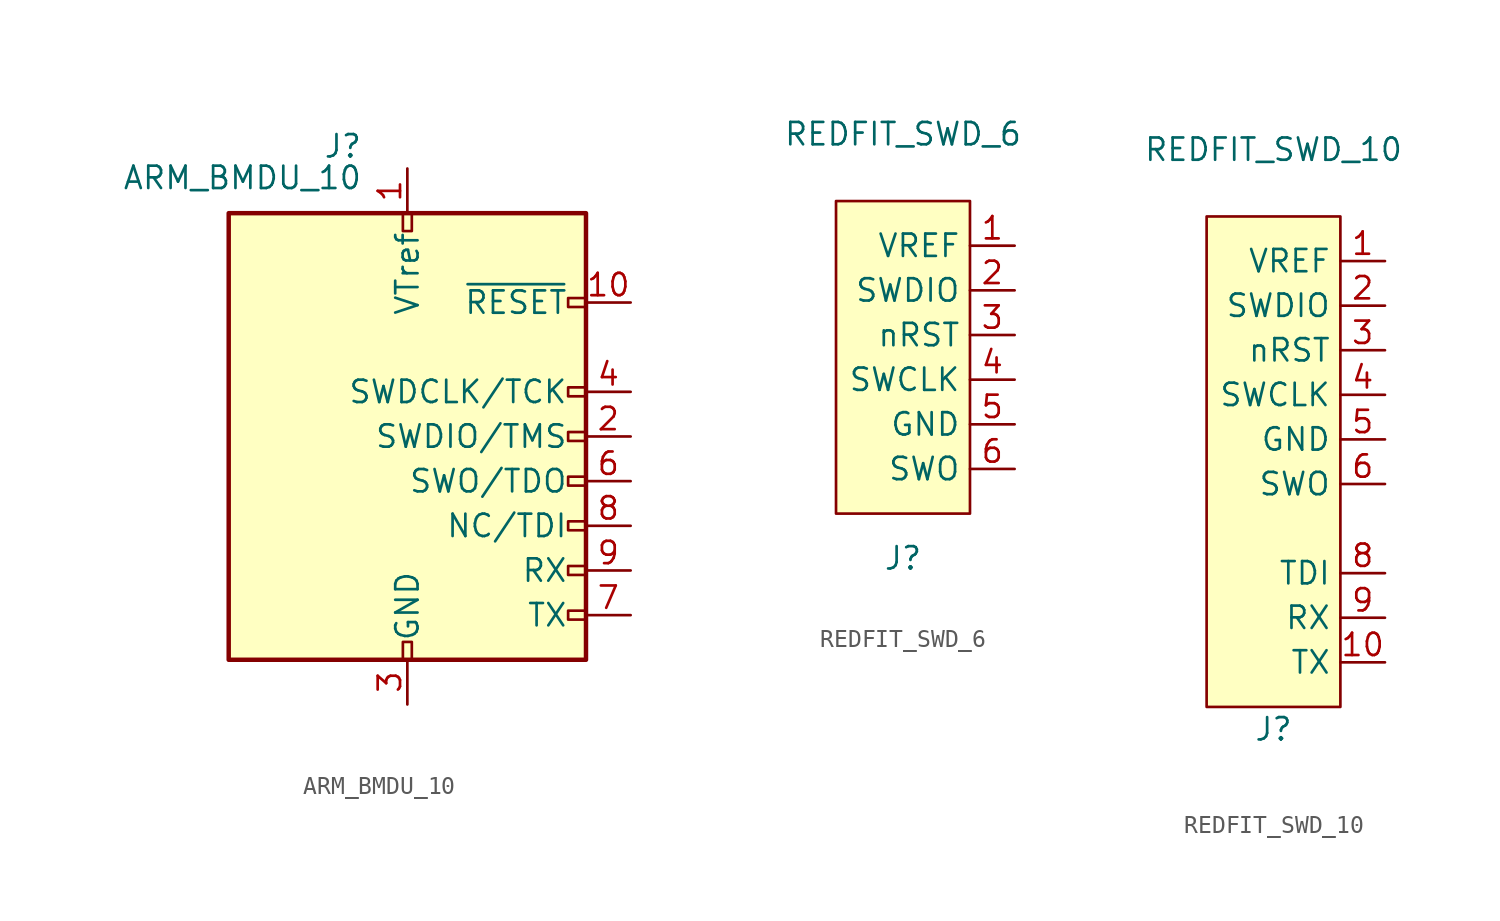
<source format=kicad_sym>
(kicad_symbol_lib
  (version 20220914)
  (generator kicad_symbol_editor)
  (symbol "ARM_BMDU_10"
    (pin_names
      (offset 1.016))
    (property "Reference" "J"
      (at -2.54 16.51 0)
      (effects (font (size 1.27 1.27)) (justify right)))
    (property "Value" "ARM_BMDU_10"
      (at -2.54 13.97 0)
      (effects (font (size 1.27 1.27)) (justify right bottom)))
    (symbol "ARM_BMDU_10_0_1"
      (rectangle (start -10.16 12.7) (end 10.16 -12.7) (stroke (width 0.254) (type default)) (fill (type background)))
      (rectangle (start -0.254 -12.7) (end 0.254 -11.684) (stroke (width 0) (type default)) (fill (type none)))
      (rectangle (start -0.254 12.7) (end 0.254 11.684) (stroke (width 0) (type default)) (fill (type none)))
      (rectangle (start 9.144 -10.414) (end 10.16 -9.906) (stroke (width 0) (type default)) (fill (type none)))
      (rectangle (start 9.144 -7.874) (end 10.16 -7.366) (stroke (width 0) (type default)) (fill (type none)))
      (rectangle (start 9.144 2.286) (end 10.16 2.794) (stroke (width 0) (type default)) (fill (type none)))
      (rectangle (start 10.16 -2.794) (end 9.144 -2.286) (stroke (width 0) (type default)) (fill (type none)))
      (rectangle (start 10.16 -0.254) (end 9.144 0.254) (stroke (width 0) (type default)) (fill (type none)))
      (rectangle (start 10.16 7.874) (end 9.144 7.366) (stroke (width 0) (type default)) (fill (type none))))
    (symbol "ARM_BMDU_10_1_1"
      (rectangle (start 9.144 -5.334) (end 10.16 -4.826) (stroke (width 0) (type default)) (fill (type none)))
      (pin power_in line (at 0 15.24 270) (length 2.54) (name "VTref" (effects (font (size 1.27 1.27)))) (number "1" (effects (font (size 1.27 1.27)))))
      (pin open_collector line (at 12.7 7.62 180) (length 2.54) (name "~{RESET}" (effects (font (size 1.27 1.27)))) (number "10" (effects (font (size 1.27 1.27)))))
      (pin bidirectional line (at 12.7 0 180) (length 2.54) (name "SWDIO/TMS" (effects (font (size 1.27 1.27)))) (number "2" (effects (font (size 1.27 1.27)))))
      (pin power_in line (at 0 -15.24 90) (length 2.54) (name "GND" (effects (font (size 1.27 1.27)))) (number "3" (effects (font (size 1.27 1.27)))))
      (pin output line (at 12.7 2.54 180) (length 2.54) (name "SWDCLK/TCK" (effects (font (size 1.27 1.27)))) (number "4" (effects (font (size 1.27 1.27)))))
      (pin passive line (at 0 -15.24 90) (length 2.54) hide (name "GND" (effects (font (size 1.27 1.27)))) (number "5" (effects (font (size 1.27 1.27)))))
      (pin input line (at 12.7 -2.54 180) (length 2.54) (name "SWO/TDO" (effects (font (size 1.27 1.27)))) (number "6" (effects (font (size 1.27 1.27)))))
      (pin output line (at 12.7 -10.16 180) (length 2.54) (name "TX" (effects (font (size 1.27 1.27)))) (number "7" (effects (font (size 1.27 1.27)))))
      (pin output line (at 12.7 -5.08 180) (length 2.54) (name "NC/TDI" (effects (font (size 1.27 1.27)))) (number "8" (effects (font (size 1.27 1.27)))))
      (pin input line (at 12.7 -7.62 180) (length 2.54) (name "RX" (effects (font (size 1.27 1.27)))) (number "9" (effects (font (size 1.27 1.27)))))))
  (symbol "REDFIT_SWD_6"
    (property "Reference" "J"
      (at 0 -17.78 0)
      (effects (font (size 1.27 1.27))))
    (property "Value" "REDFIT_SWD_6"
      (at 0 6.35 0)
      (effects (font (size 1.27 1.27))))
    (symbol "REDFIT_SWD_6_0_1"
      (rectangle (start 3.81 2.54) (end -3.81 -15.24) (stroke (width 0) (type default)) (fill (type background))))
    (symbol "REDFIT_SWD_6_1_1"
      (pin passive line (at 6.35 0 180) (length 2.54) (name "VREF" (effects (font (size 1.27 1.27)))) (number "1" (effects (font (size 1.27 1.27)))))
      (pin bidirectional line (at 6.35 -2.54 180) (length 2.54) (name "SWDIO" (effects (font (size 1.27 1.27)))) (number "2" (effects (font (size 1.27 1.27)))))
      (pin bidirectional line (at 6.35 -5.08 180) (length 2.54) (name "nRST" (effects (font (size 1.27 1.27)))) (number "3" (effects (font (size 1.27 1.27)))))
      (pin bidirectional line (at 6.35 -7.62 180) (length 2.54) (name "SWCLK" (effects (font (size 1.27 1.27)))) (number "4" (effects (font (size 1.27 1.27)))))
      (pin power_in line (at 6.35 -10.16 180) (length 2.54) (name "GND" (effects (font (size 1.27 1.27)))) (number "5" (effects (font (size 1.27 1.27)))))
      (pin bidirectional line (at 6.35 -12.7 180) (length 2.54) (name "SWO" (effects (font (size 1.27 1.27)))) (number "6" (effects (font (size 1.27 1.27)))))))
  (symbol "REDFIT_SWD_10"
    (property "Reference" "J"
      (at 0 -26.67 0)
      (effects (font (size 1.27 1.27))))
    (property "Value" "REDFIT_SWD_10"
      (at 0 6.35 0)
      (effects (font (size 1.27 1.27))))
    (symbol "REDFIT_SWD_10_0_1"
      (rectangle (start -3.81 2.54) (end 3.81 -25.4) (stroke (width 0) (type default)) (fill (type background))))
    (symbol "REDFIT_SWD_10_1_1"
      (pin passive line (at 6.35 0 180) (length 2.54) (name "VREF" (effects (font (size 1.27 1.27)))) (number "1" (effects (font (size 1.27 1.27)))))
      (pin bidirectional line (at 6.35 -22.86 180) (length 2.54) (name "TX" (effects (font (size 1.27 1.27)))) (number "10" (effects (font (size 1.27 1.27)))))
      (pin bidirectional line (at 6.35 -2.54 180) (length 2.54) (name "SWDIO" (effects (font (size 1.27 1.27)))) (number "2" (effects (font (size 1.27 1.27)))))
      (pin bidirectional line (at 6.35 -5.08 180) (length 2.54) (name "nRST" (effects (font (size 1.27 1.27)))) (number "3" (effects (font (size 1.27 1.27)))))
      (pin bidirectional line (at 6.35 -7.62 180) (length 2.54) (name "SWCLK" (effects (font (size 1.27 1.27)))) (number "4" (effects (font (size 1.27 1.27)))))
      (pin power_in line (at 6.35 -10.16 180) (length 2.54) (name "GND" (effects (font (size 1.27 1.27)))) (number "5" (effects (font (size 1.27 1.27)))))
      (pin bidirectional line (at 6.35 -12.7 180) (length 2.54) (name "SWO" (effects (font (size 1.27 1.27)))) (number "6" (effects (font (size 1.27 1.27)))))
      (pin bidirectional line (at 6.35 -17.78 180) (length 2.54) (name "TDI" (effects (font (size 1.27 1.27)))) (number "8" (effects (font (size 1.27 1.27)))))
      (pin bidirectional line (at 6.35 -20.32 180) (length 2.54) (name "RX" (effects (font (size 1.27 1.27)))) (number "9" (effects (font (size 1.27 1.27))))))))
</source>
